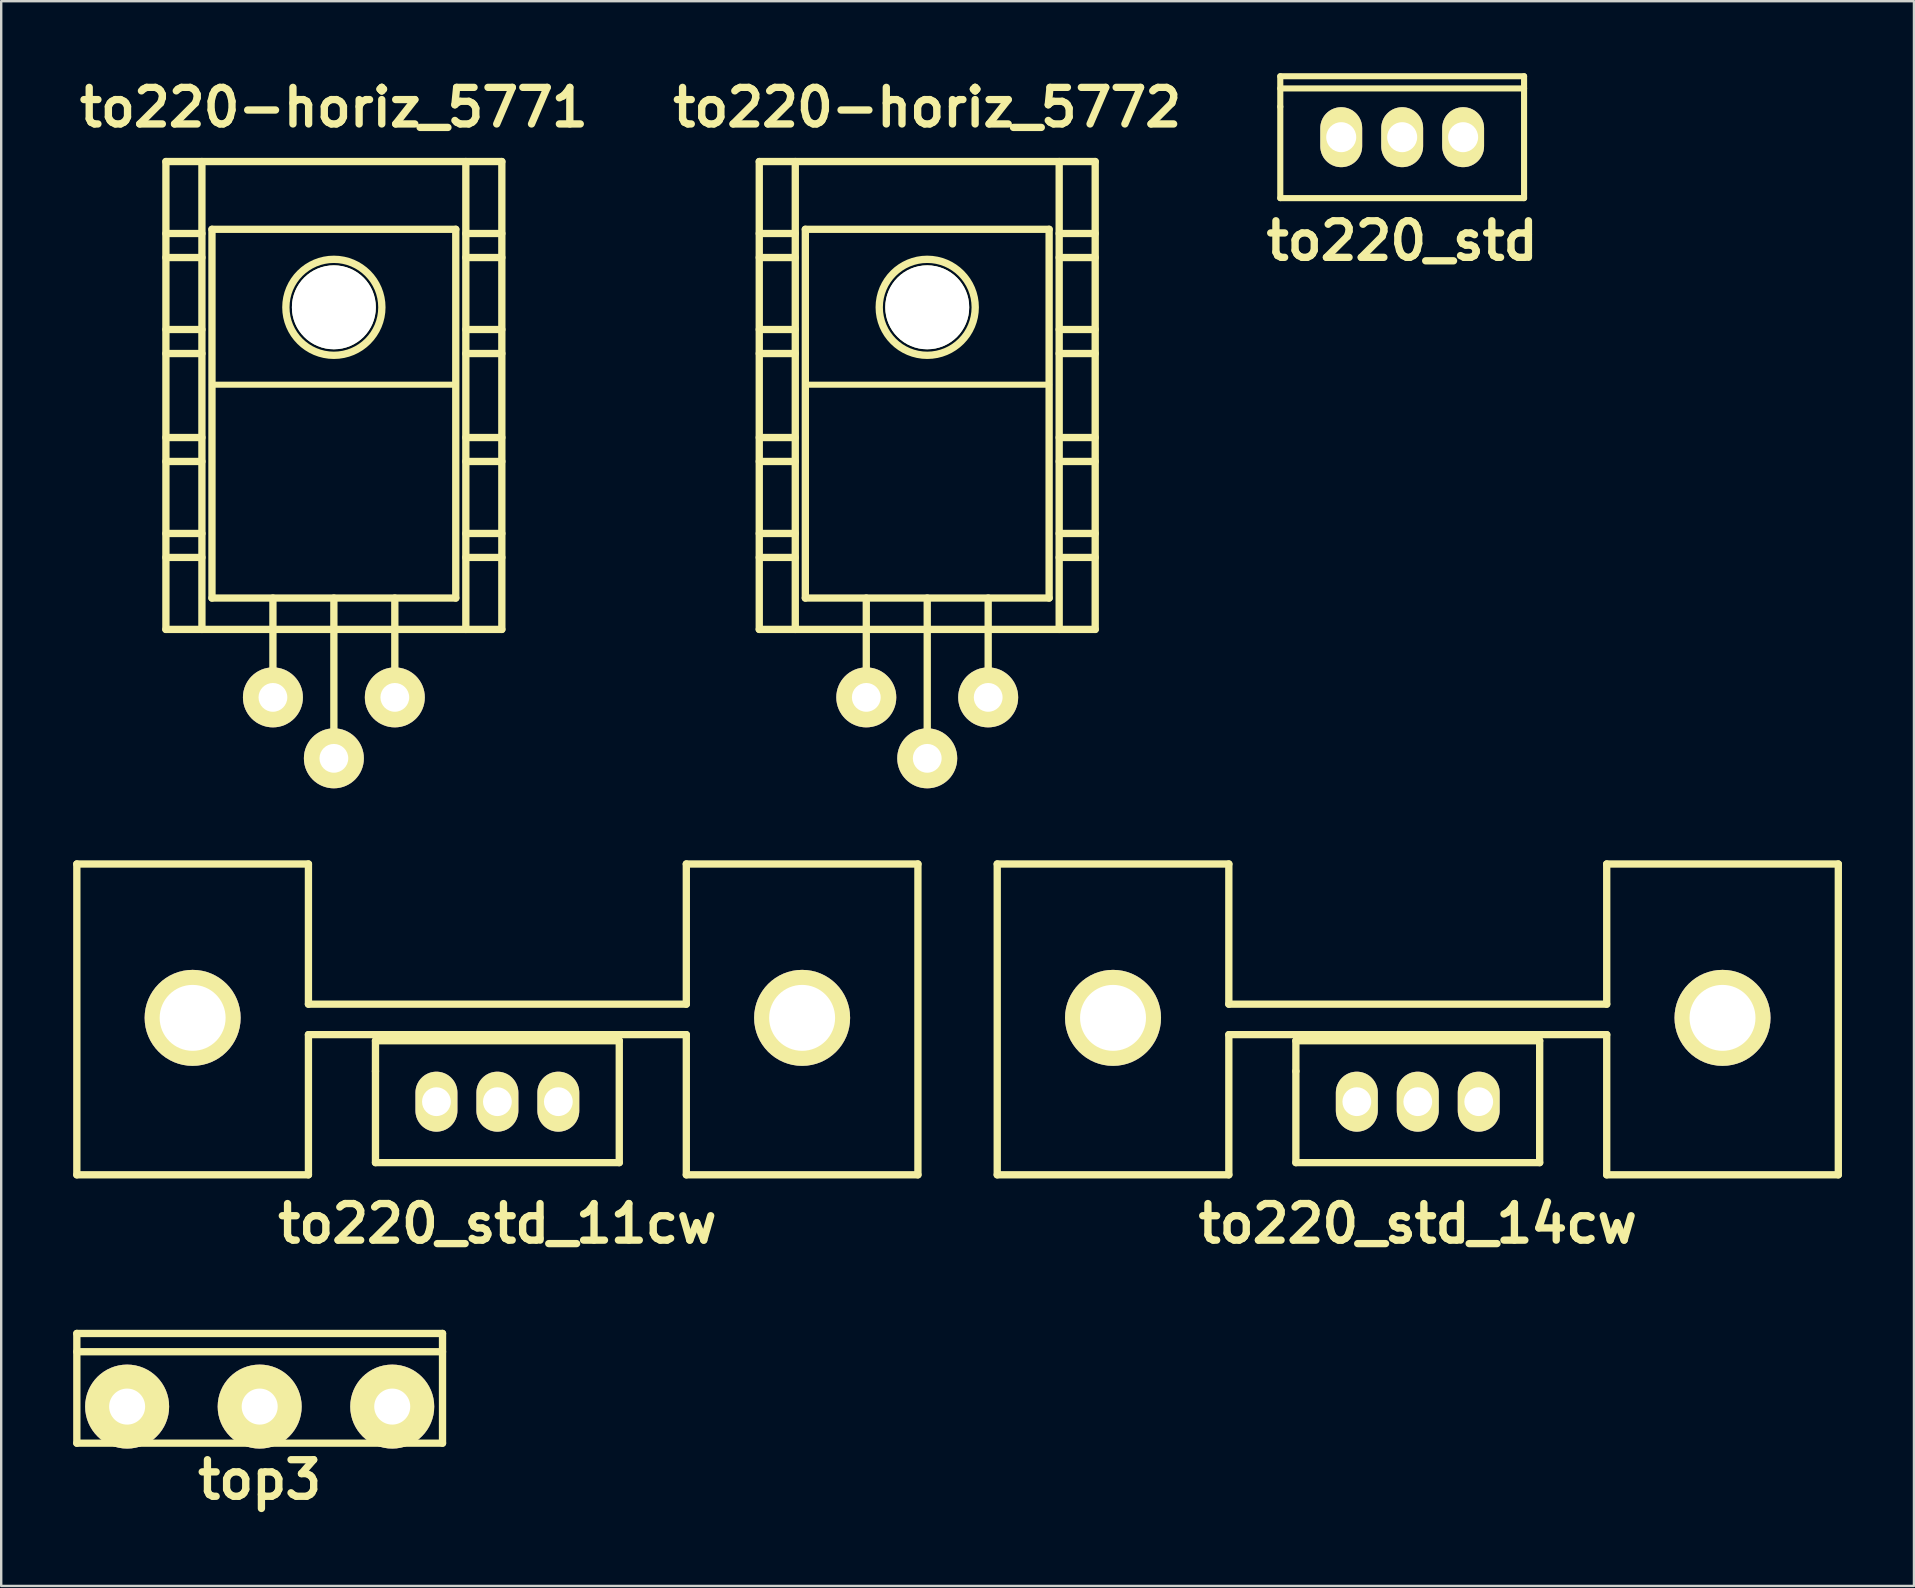
<source format=kicad_pcb>
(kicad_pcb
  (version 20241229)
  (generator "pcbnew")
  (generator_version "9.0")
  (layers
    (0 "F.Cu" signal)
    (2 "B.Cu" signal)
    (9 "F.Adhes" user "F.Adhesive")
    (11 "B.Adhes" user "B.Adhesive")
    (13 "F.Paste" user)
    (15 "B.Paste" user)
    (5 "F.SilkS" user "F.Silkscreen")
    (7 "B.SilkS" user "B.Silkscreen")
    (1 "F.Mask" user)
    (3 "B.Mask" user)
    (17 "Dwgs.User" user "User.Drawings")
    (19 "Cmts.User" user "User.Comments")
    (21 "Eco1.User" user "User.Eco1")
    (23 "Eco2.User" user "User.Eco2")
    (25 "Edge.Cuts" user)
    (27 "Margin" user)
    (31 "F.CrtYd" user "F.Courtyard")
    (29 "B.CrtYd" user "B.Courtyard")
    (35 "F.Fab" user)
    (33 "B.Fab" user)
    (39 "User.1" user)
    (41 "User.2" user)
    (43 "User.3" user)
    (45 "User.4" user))
  (footprint "to220_std_14cw"
    (layer "F.Cu")
    (at 56.035 42.862)
    (property "Reference" "to220_std_14cw" (at 0 5.08 0) (layer "F.SilkS") (effects (font (size 1.524 1.524) (thickness 0.305))))
    (attr through_hole)
    (fp_line (start -17.526 -9.906) (end -17.526 3.048) (stroke (width 0.305) (type solid)) (layer "F.SilkS"))
    (fp_line (start -17.526 3.048) (end -7.874 3.048) (stroke (width 0.305) (type solid)) (layer "F.SilkS"))
    (fp_line (start -7.874 -9.906) (end -17.526 -9.906) (stroke (width 0.305) (type solid)) (layer "F.SilkS"))
    (fp_line (start -7.874 -9.906) (end -7.874 -4.064) (stroke (width 0.305) (type solid)) (layer "F.SilkS"))
    (fp_line (start -7.874 -2.794) (end -7.874 3.048) (stroke (width 0.305) (type solid)) (layer "F.SilkS"))
    (fp_line (start -7.874 -2.794) (end 7.874 -2.794) (stroke (width 0.305) (type solid)) (layer "F.SilkS"))
    (fp_line (start -5.08 -2.54) (end -5.08 -1.27) (stroke (width 0.305) (type solid)) (layer "F.SilkS"))
    (fp_line (start -5.08 -1.27) (end -5.08 2.54) (stroke (width 0.305) (type solid)) (layer "F.SilkS"))
    (fp_line (start -5.08 2.54) (end 5.08 2.54) (stroke (width 0.305) (type solid)) (layer "F.SilkS"))
    (fp_line (start 5.08 -2.54) (end -5.08 -2.54) (stroke (width 0.305) (type solid)) (layer "F.SilkS"))
    (fp_line (start 5.08 2.54) (end 5.08 -2.54) (stroke (width 0.305) (type solid)) (layer "F.SilkS"))
    (fp_line (start 7.874 -9.906) (end 7.874 -4.064) (stroke (width 0.305) (type solid)) (layer "F.SilkS"))
    (fp_line (start 7.874 -4.064) (end -7.874 -4.064) (stroke (width 0.305) (type solid)) (layer "F.SilkS"))
    (fp_line (start 7.874 3.048) (end 7.874 -2.794) (stroke (width 0.305) (type solid)) (layer "F.SilkS"))
    (fp_line (start 7.874 3.048) (end 17.526 3.048) (stroke (width 0.305) (type solid)) (layer "F.SilkS"))
    (fp_line (start 17.526 -9.906) (end 7.874 -9.906) (stroke (width 0.305) (type solid)) (layer "F.SilkS"))
    (fp_line (start 17.526 -9.906) (end 17.526 3.048) (stroke (width 0.305) (type solid)) (layer "F.SilkS"))
    (pad "" thru_hole circle (at -12.7 -3.493) (size 4 4) (drill 2.748) (layers "*.Cu" "*.Mask" "F.SilkS"))
    (pad "" thru_hole circle (at 12.7 -3.493) (size 4 4) (drill 2.748) (layers "*.Cu" "*.Mask" "F.SilkS"))
    (pad "1" thru_hole oval (at 2.54 0) (size 1.745 2.499) (drill 1.199) (layers "*.Cu" "*.Mask" "F.SilkS"))
    (pad "2" thru_hole oval (at 0 0) (size 1.748 2.499) (drill 1.199) (layers "*.Cu" "*.Mask" "F.SilkS"))
    (pad "3" thru_hole oval (at -2.54 0) (size 1.748 2.499) (drill 1.199) (layers "*.Cu" "*.Mask" "F.SilkS")))
  (footprint "top3"
    (layer "F.Cu")
    (at 7.772 55.569)
    (property "Reference" "top3" (at 0 3.048 0) (layer "F.SilkS") (effects (font (size 1.524 1.524) (thickness 0.305))))
    (attr through_hole)
    (fp_line (start -7.62 -3.048) (end -7.62 1.524) (stroke (width 0.305) (type solid)) (layer "F.SilkS"))
    (fp_line (start -7.62 -2.286) (end 7.62 -2.286) (stroke (width 0.305) (type solid)) (layer "F.SilkS"))
    (fp_line (start -7.62 1.524) (end 7.62 1.524) (stroke (width 0.305) (type solid)) (layer "F.SilkS"))
    (fp_line (start 7.62 -3.048) (end -7.62 -3.048) (stroke (width 0.305) (type solid)) (layer "F.SilkS"))
    (fp_line (start 7.62 1.524) (end 7.62 -3.048) (stroke (width 0.305) (type solid)) (layer "F.SilkS"))
    (pad "1" thru_hole circle (at 5.524 0) (size 3.5 3.5) (drill 1.501) (layers "*.Cu" "*.Mask" "F.SilkS"))
    (pad "2" thru_hole circle (at 0 0) (size 3.5 3.5) (drill 1.501) (layers "*.Cu" "*.Mask" "F.SilkS"))
    (pad "3" thru_hole circle (at -5.524 0) (size 3.5 3.5) (drill 1.501) (layers "*.Cu" "*.Mask" "F.SilkS")))
  (footprint "to220-horiz_5771"
    (layer "F.Cu")
    (at 10.864 17.682)
    (property "Reference" "to220-horiz_5771" (at 0 -16.256 0) (layer "F.SilkS") (effects (font (size 1.524 1.524) (thickness 0.305))))
    (attr through_hole)
    (fp_line (start -7 -14) (end -7 5.499) (stroke (width 0.305) (type solid)) (layer "F.SilkS"))
    (fp_line (start -7 -11.001) (end -5.499 -11.001) (stroke (width 0.305) (type solid)) (layer "F.SilkS"))
    (fp_line (start -7 -10) (end -5.499 -10) (stroke (width 0.305) (type solid)) (layer "F.SilkS"))
    (fp_line (start -7 -7) (end -5.499 -7) (stroke (width 0.305) (type solid)) (layer "F.SilkS"))
    (fp_line (start -7 -5.999) (end -5.499 -5.999) (stroke (width 0.305) (type solid)) (layer "F.SilkS"))
    (fp_line (start -7 -2.499) (end -5.499 -2.499) (stroke (width 0.305) (type solid)) (layer "F.SilkS"))
    (fp_line (start -7 -1.501) (end -5.499 -1.501) (stroke (width 0.305) (type solid)) (layer "F.SilkS"))
    (fp_line (start -7 1.501) (end -5.499 1.501) (stroke (width 0.305) (type solid)) (layer "F.SilkS"))
    (fp_line (start -7 2.499) (end -5.499 2.499) (stroke (width 0.305) (type solid)) (layer "F.SilkS"))
    (fp_line (start -7 5.499) (end 7 5.499) (stroke (width 0.305) (type solid)) (layer "F.SilkS"))
    (fp_line (start -5.499 5.499) (end -5.499 -14) (stroke (width 0.305) (type solid)) (layer "F.SilkS"))
    (fp_line (start -5.08 -11.176) (end -5.08 4.191) (stroke (width 0.305) (type solid)) (layer "F.SilkS"))
    (fp_line (start -5.08 4.191) (end 5.08 4.191) (stroke (width 0.305) (type solid)) (layer "F.SilkS"))
    (fp_line (start -2.54 8.382) (end -2.54 4.191) (stroke (width 0.305) (type solid)) (layer "F.SilkS"))
    (fp_line (start 0 4.191) (end 0 10.922) (stroke (width 0.305) (type solid)) (layer "F.SilkS"))
    (fp_line (start 2.54 8.382) (end 2.54 4.191) (stroke (width 0.305) (type solid)) (layer "F.SilkS"))
    (fp_line (start 5.08 -11.176) (end -5.08 -11.176) (stroke (width 0.305) (type solid)) (layer "F.SilkS"))
    (fp_line (start 5.08 -4.699) (end -5.08 -4.699) (stroke (width 0.254) (type solid)) (layer "F.SilkS"))
    (fp_line (start 5.08 4.191) (end 5.08 -11.176) (stroke (width 0.305) (type solid)) (layer "F.SilkS"))
    (fp_line (start 5.499 -14) (end 5.499 5.499) (stroke (width 0.305) (type solid)) (layer "F.SilkS"))
    (fp_line (start 5.499 -11.001) (end 7 -11.001) (stroke (width 0.305) (type solid)) (layer "F.SilkS"))
    (fp_line (start 5.499 -10) (end 7 -10) (stroke (width 0.305) (type solid)) (layer "F.SilkS"))
    (fp_line (start 5.499 -7) (end 7 -7) (stroke (width 0.305) (type solid)) (layer "F.SilkS"))
    (fp_line (start 5.499 -5.999) (end 7 -5.999) (stroke (width 0.305) (type solid)) (layer "F.SilkS"))
    (fp_line (start 5.499 -2.499) (end 7 -2.499) (stroke (width 0.305) (type solid)) (layer "F.SilkS"))
    (fp_line (start 5.499 -1.501) (end 7 -1.501) (stroke (width 0.305) (type solid)) (layer "F.SilkS"))
    (fp_line (start 5.499 1.501) (end 7 1.501) (stroke (width 0.305) (type solid)) (layer "F.SilkS"))
    (fp_line (start 5.499 2.499) (end 7 2.499) (stroke (width 0.305) (type solid)) (layer "F.SilkS"))
    (fp_line (start 7 -14) (end -7 -14) (stroke (width 0.305) (type solid)) (layer "F.SilkS"))
    (fp_line (start 7 5.499) (end 7 -14) (stroke (width 0.305) (type solid)) (layer "F.SilkS"))
    (fp_circle (center 0 -7.925) (end -1.999 -8.001) (stroke (width 0.305) (type solid)) (fill no) (layer "F.SilkS"))
    (pad "" np_thru_hole circle (at 0 -7.925) (size 3.498 3.498) (drill 3.498) (layers "*.Cu" "*.Mask" "F.SilkS"))
    (pad "1" thru_hole circle (at 2.54 8.331) (size 2.499 2.499) (drill 1.199) (layers "*.Cu" "*.Mask" "F.SilkS"))
    (pad "2" thru_hole circle (at 0 10.871) (size 2.499 2.499) (drill 1.199) (layers "*.Cu" "*.Mask" "F.SilkS"))
    (pad "3" thru_hole circle (at -2.54 8.331) (size 2.499 2.499) (drill 1.199) (layers "*.Cu" "*.Mask" "F.SilkS")))
  (footprint "to220-horiz_5772"
    (layer "F.Cu")
    (at 35.592 17.682)
    (property "Reference" "to220-horiz_5772" (at 0 -16.256 0) (layer "F.SilkS") (effects (font (size 1.524 1.524) (thickness 0.305))))
    (attr through_hole)
    (fp_line (start -7 -14) (end -7 5.499) (stroke (width 0.305) (type solid)) (layer "F.SilkS"))
    (fp_line (start -7 -11.001) (end -5.499 -11.001) (stroke (width 0.305) (type solid)) (layer "F.SilkS"))
    (fp_line (start -7 -10) (end -5.499 -10) (stroke (width 0.305) (type solid)) (layer "F.SilkS"))
    (fp_line (start -7 -7) (end -5.499 -7) (stroke (width 0.305) (type solid)) (layer "F.SilkS"))
    (fp_line (start -7 -5.999) (end -5.499 -5.999) (stroke (width 0.305) (type solid)) (layer "F.SilkS"))
    (fp_line (start -7 -2.499) (end -5.499 -2.499) (stroke (width 0.305) (type solid)) (layer "F.SilkS"))
    (fp_line (start -7 -1.501) (end -5.499 -1.501) (stroke (width 0.305) (type solid)) (layer "F.SilkS"))
    (fp_line (start -7 1.501) (end -5.499 1.501) (stroke (width 0.305) (type solid)) (layer "F.SilkS"))
    (fp_line (start -7 2.499) (end -5.499 2.499) (stroke (width 0.305) (type solid)) (layer "F.SilkS"))
    (fp_line (start -7 5.499) (end 7 5.499) (stroke (width 0.305) (type solid)) (layer "F.SilkS"))
    (fp_line (start -5.499 5.499) (end -5.499 -14) (stroke (width 0.305) (type solid)) (layer "F.SilkS"))
    (fp_line (start -5.08 -11.176) (end -5.08 4.191) (stroke (width 0.305) (type solid)) (layer "F.SilkS"))
    (fp_line (start -5.08 4.191) (end 5.08 4.191) (stroke (width 0.305) (type solid)) (layer "F.SilkS"))
    (fp_line (start -2.54 8.382) (end -2.54 4.191) (stroke (width 0.305) (type solid)) (layer "F.SilkS"))
    (fp_line (start 0 4.191) (end 0 10.922) (stroke (width 0.305) (type solid)) (layer "F.SilkS"))
    (fp_line (start 2.54 8.382) (end 2.54 4.191) (stroke (width 0.305) (type solid)) (layer "F.SilkS"))
    (fp_line (start 5.08 -11.176) (end -5.08 -11.176) (stroke (width 0.305) (type solid)) (layer "F.SilkS"))
    (fp_line (start 5.08 -4.699) (end -5.08 -4.699) (stroke (width 0.254) (type solid)) (layer "F.SilkS"))
    (fp_line (start 5.08 4.191) (end 5.08 -11.176) (stroke (width 0.305) (type solid)) (layer "F.SilkS"))
    (fp_line (start 5.499 -14) (end 5.499 5.499) (stroke (width 0.305) (type solid)) (layer "F.SilkS"))
    (fp_line (start 5.499 -11.001) (end 7 -11.001) (stroke (width 0.305) (type solid)) (layer "F.SilkS"))
    (fp_line (start 5.499 -10) (end 7 -10) (stroke (width 0.305) (type solid)) (layer "F.SilkS"))
    (fp_line (start 5.499 -7) (end 7 -7) (stroke (width 0.305) (type solid)) (layer "F.SilkS"))
    (fp_line (start 5.499 -5.999) (end 7 -5.999) (stroke (width 0.305) (type solid)) (layer "F.SilkS"))
    (fp_line (start 5.499 -2.499) (end 7 -2.499) (stroke (width 0.305) (type solid)) (layer "F.SilkS"))
    (fp_line (start 5.499 -1.501) (end 7 -1.501) (stroke (width 0.305) (type solid)) (layer "F.SilkS"))
    (fp_line (start 5.499 1.501) (end 7 1.501) (stroke (width 0.305) (type solid)) (layer "F.SilkS"))
    (fp_line (start 5.499 2.499) (end 7 2.499) (stroke (width 0.305) (type solid)) (layer "F.SilkS"))
    (fp_line (start 7 -14) (end -7 -14) (stroke (width 0.305) (type solid)) (layer "F.SilkS"))
    (fp_line (start 7 5.499) (end 7 -14) (stroke (width 0.305) (type solid)) (layer "F.SilkS"))
    (fp_circle (center 0 -7.925) (end -1.999 -8.001) (stroke (width 0.305) (type solid)) (fill no) (layer "F.SilkS"))
    (pad "" np_thru_hole circle (at 0 -7.925) (size 3.498 3.498) (drill 3.498) (layers "*.Cu" "*.Mask" "F.SilkS"))
    (pad "1" thru_hole circle (at 2.54 8.331) (size 2.499 2.499) (drill 1.199) (layers "*.Cu" "*.Mask" "F.SilkS"))
    (pad "2" thru_hole circle (at 0 10.871) (size 2.499 2.499) (drill 1.199) (layers "*.Cu" "*.Mask" "F.SilkS"))
    (pad "3" thru_hole circle (at -2.54 8.331) (size 2.499 2.499) (drill 1.199) (layers "*.Cu" "*.Mask" "F.SilkS")))
  (footprint "to220_std_11cw"
    (layer "F.Cu")
    (at 17.678 42.862)
    (property "Reference" "to220_std_11cw" (at 0 5.08 0) (layer "F.SilkS") (effects (font (size 1.524 1.524) (thickness 0.305))))
    (attr through_hole)
    (fp_line (start -17.526 -9.906) (end -17.526 3.048) (stroke (width 0.305) (type solid)) (layer "F.SilkS"))
    (fp_line (start -17.526 3.048) (end -7.874 3.048) (stroke (width 0.305) (type solid)) (layer "F.SilkS"))
    (fp_line (start -7.874 -9.906) (end -17.526 -9.906) (stroke (width 0.305) (type solid)) (layer "F.SilkS"))
    (fp_line (start -7.874 -9.906) (end -7.874 -4.064) (stroke (width 0.305) (type solid)) (layer "F.SilkS"))
    (fp_line (start -7.874 -2.794) (end -7.874 3.048) (stroke (width 0.305) (type solid)) (layer "F.SilkS"))
    (fp_line (start -7.874 -2.794) (end 7.874 -2.794) (stroke (width 0.305) (type solid)) (layer "F.SilkS"))
    (fp_line (start -5.08 -2.54) (end -5.08 -1.27) (stroke (width 0.305) (type solid)) (layer "F.SilkS"))
    (fp_line (start -5.08 -1.27) (end -5.08 2.54) (stroke (width 0.305) (type solid)) (layer "F.SilkS"))
    (fp_line (start -5.08 2.54) (end 5.08 2.54) (stroke (width 0.305) (type solid)) (layer "F.SilkS"))
    (fp_line (start 5.08 -2.54) (end -5.08 -2.54) (stroke (width 0.305) (type solid)) (layer "F.SilkS"))
    (fp_line (start 5.08 2.54) (end 5.08 -2.54) (stroke (width 0.305) (type solid)) (layer "F.SilkS"))
    (fp_line (start 7.874 -9.906) (end 7.874 -4.064) (stroke (width 0.305) (type solid)) (layer "F.SilkS"))
    (fp_line (start 7.874 -4.064) (end -7.874 -4.064) (stroke (width 0.305) (type solid)) (layer "F.SilkS"))
    (fp_line (start 7.874 3.048) (end 7.874 -2.794) (stroke (width 0.305) (type solid)) (layer "F.SilkS"))
    (fp_line (start 7.874 3.048) (end 17.526 3.048) (stroke (width 0.305) (type solid)) (layer "F.SilkS"))
    (fp_line (start 17.526 -9.906) (end 7.874 -9.906) (stroke (width 0.305) (type solid)) (layer "F.SilkS"))
    (fp_line (start 17.526 -9.906) (end 17.526 3.048) (stroke (width 0.305) (type solid)) (layer "F.SilkS"))
    (pad "" thru_hole circle (at -12.7 -3.493) (size 4 4) (drill 2.748) (layers "*.Cu" "*.Mask" "F.SilkS"))
    (pad "" thru_hole circle (at 12.7 -3.493) (size 4 4) (drill 2.748) (layers "*.Cu" "*.Mask" "F.SilkS"))
    (pad "1" thru_hole oval (at 2.54 0) (size 1.745 2.499) (drill 1.199) (layers "*.Cu" "*.Mask" "F.SilkS"))
    (pad "2" thru_hole oval (at 0 0) (size 1.748 2.499) (drill 1.199) (layers "*.Cu" "*.Mask" "F.SilkS"))
    (pad "3" thru_hole oval (at -2.54 0) (size 1.748 2.499) (drill 1.199) (layers "*.Cu" "*.Mask" "F.SilkS")))
  (footprint "to220_std"
    (layer "F.Cu")
    (at 55.385 2.667)
    (property "Reference" "to220_std" (at 0 4.318 0) (layer "F.SilkS") (effects (font (size 1.524 1.524) (thickness 0.305))))
    (attr through_hole)
    (fp_line (start -5.08 -2.54) (end -5.08 -1.27) (stroke (width 0.254) (type solid)) (layer "F.SilkS"))
    (fp_line (start -5.08 -2.032) (end 5.08 -2.032) (stroke (width 0.254) (type solid)) (layer "F.SilkS"))
    (fp_line (start -5.08 -1.27) (end -5.08 2.54) (stroke (width 0.254) (type solid)) (layer "F.SilkS"))
    (fp_line (start -5.08 2.54) (end 5.08 2.54) (stroke (width 0.254) (type solid)) (layer "F.SilkS"))
    (fp_line (start 5.08 -2.54) (end -5.08 -2.54) (stroke (width 0.254) (type solid)) (layer "F.SilkS"))
    (fp_line (start 5.08 2.54) (end 5.08 -2.54) (stroke (width 0.254) (type solid)) (layer "F.SilkS"))
    (pad "1" thru_hole oval (at 2.54 0) (size 1.745 2.499) (drill 1.25) (layers "*.Cu" "*.Mask" "F.SilkS"))
    (pad "2" thru_hole oval (at 0 0) (size 1.745 2.499) (drill 1.25) (layers "*.Cu" "*.Mask" "F.SilkS"))
    (pad "3" thru_hole oval (at -2.54 0) (size 1.745 2.499) (drill 1.25) (layers "*.Cu" "*.Mask" "F.SilkS")))
  (gr_rect
    (start -3 -3)
    (end 76.714 63.043)
    (stroke (width 0.1) (type default))
    (fill no)
    (layer "Edge.Cuts")))
</source>
